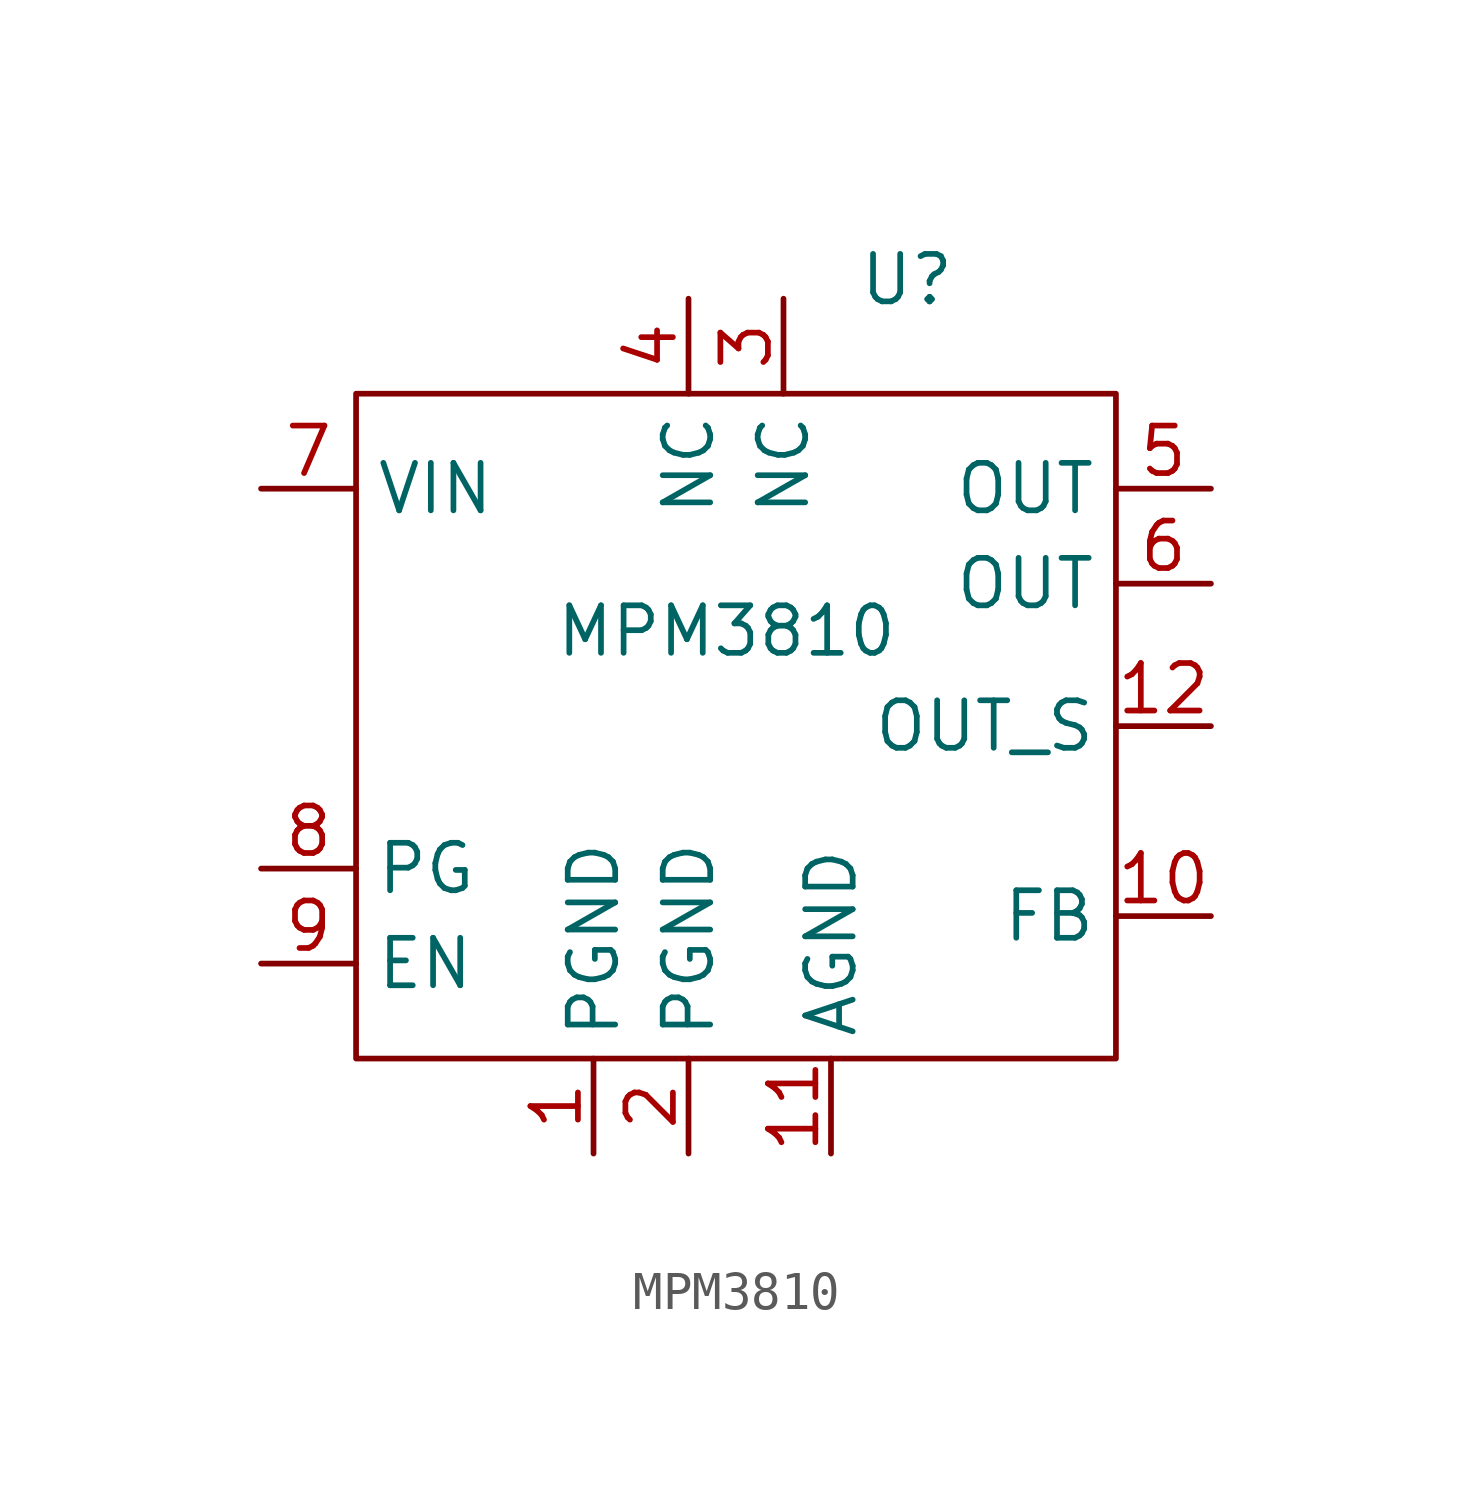
<source format=kicad_sym>
(kicad_symbol_lib
  (version 20231120)
  (generator "kicad_symbol_editor")
  (generator_version "8.0")
  (symbol "MPM3810"
    (property "Reference" "U"
      (at 4.572 11.938 0)
      (effects (font (size 1.27 1.27))))
    (property "Value" "MPM3810"
      (at -0.254 2.54 0)
      (effects (font (size 1.27 1.27))))
    (symbol "MPM3810_0_1"
      (rectangle (start -10.16 8.89) (end 10.16 -8.89) (stroke (width 0) (type default)) (fill (type none))))
    (symbol "MPM3810_1_1"
      (pin passive line (at -3.81 -11.43 90) (length 2.54) (name "PGND" (effects (font (size 1.27 1.27)))) (number "1" (effects (font (size 1.27 1.27)))))
      (pin passive line (at 12.7 -5.08 180) (length 2.54) (name "FB" (effects (font (size 1.27 1.27)))) (number "10" (effects (font (size 1.27 1.27)))))
      (pin passive line (at 2.54 -11.43 90) (length 2.54) (name "AGND" (effects (font (size 1.27 1.27)))) (number "11" (effects (font (size 1.27 1.27)))))
      (pin passive line (at 12.7 0 180) (length 2.54) (name "OUT_S" (effects (font (size 1.27 1.27)))) (number "12" (effects (font (size 1.27 1.27)))))
      (pin passive line (at -1.27 -11.43 90) (length 2.54) (name "PGND" (effects (font (size 1.27 1.27)))) (number "2" (effects (font (size 1.27 1.27)))))
      (pin passive line (at 1.27 11.43 270) (length 2.54) (name "NC" (effects (font (size 1.27 1.27)))) (number "3" (effects (font (size 1.27 1.27)))))
      (pin passive line (at -1.27 11.43 270) (length 2.54) (name "NC" (effects (font (size 1.27 1.27)))) (number "4" (effects (font (size 1.27 1.27)))))
      (pin passive line (at 12.7 6.35 180) (length 2.54) (name "OUT" (effects (font (size 1.27 1.27)))) (number "5" (effects (font (size 1.27 1.27)))))
      (pin passive line (at 12.7 3.81 180) (length 2.54) (name "OUT" (effects (font (size 1.27 1.27)))) (number "6" (effects (font (size 1.27 1.27)))))
      (pin passive line (at -12.7 6.35 0) (length 2.54) (name "VIN" (effects (font (size 1.27 1.27)))) (number "7" (effects (font (size 1.27 1.27)))))
      (pin passive line (at -12.7 -3.81 0) (length 2.54) (name "PG" (effects (font (size 1.27 1.27)))) (number "8" (effects (font (size 1.27 1.27)))))
      (pin passive line (at -12.7 -6.35 0) (length 2.54) (name "EN" (effects (font (size 1.27 1.27)))) (number "9" (effects (font (size 1.27 1.27))))))))
</source>
